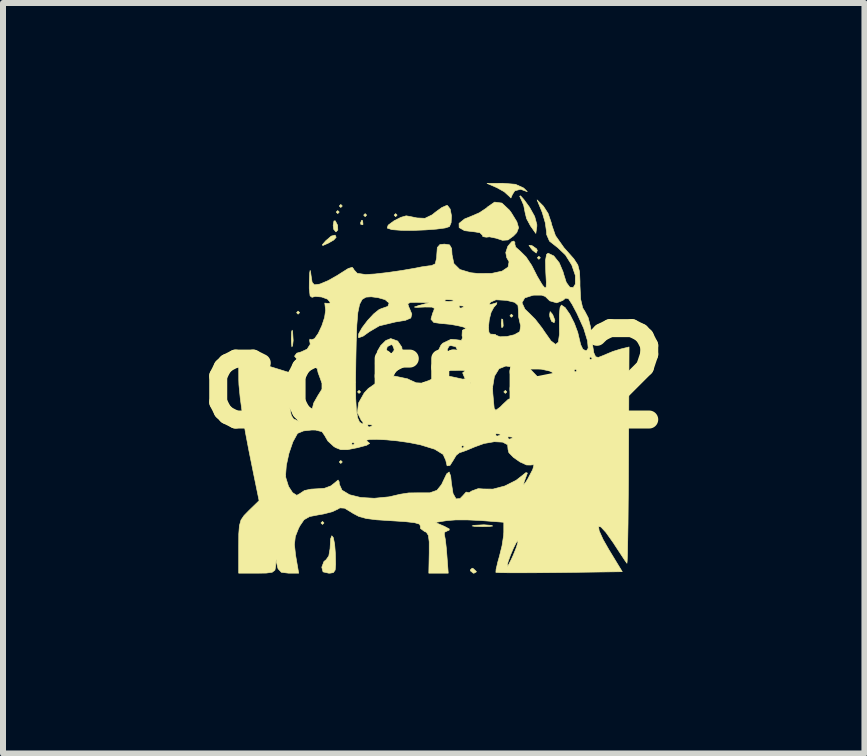
<source format=kicad_pcb>
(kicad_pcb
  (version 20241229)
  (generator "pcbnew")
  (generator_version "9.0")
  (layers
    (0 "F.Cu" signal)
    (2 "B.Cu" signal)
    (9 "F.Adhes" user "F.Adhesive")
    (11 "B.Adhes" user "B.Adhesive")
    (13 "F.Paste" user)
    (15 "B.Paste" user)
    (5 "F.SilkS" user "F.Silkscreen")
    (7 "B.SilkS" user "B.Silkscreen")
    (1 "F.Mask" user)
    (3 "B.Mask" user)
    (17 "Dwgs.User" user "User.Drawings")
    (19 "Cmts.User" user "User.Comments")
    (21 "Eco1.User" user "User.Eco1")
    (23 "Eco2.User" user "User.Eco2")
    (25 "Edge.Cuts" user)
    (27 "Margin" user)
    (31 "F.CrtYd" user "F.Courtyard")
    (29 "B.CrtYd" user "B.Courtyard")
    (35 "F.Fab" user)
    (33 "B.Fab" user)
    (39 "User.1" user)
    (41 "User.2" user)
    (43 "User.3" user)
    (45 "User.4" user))
  (footprint "corne2"
    (layer "F.Cu")
    (at 4.18 3.254)
    (property "Reference" "corne2" (at 0 0 0) (layer "F.SilkS") (effects (font (size 1.524 1.524) (thickness 0.3))))
    (attr through_hole)
    (fp_poly (pts (xy -2.286 -0.178) (xy -2.311 -0.152) (xy -2.337 -0.178) (xy -2.311 -0.203) (xy -2.286 -0.178)) (stroke (width 0.01) (type solid)) (fill yes) (layer "F.SilkS"))
    (fp_poly (pts (xy -2.235 -1.092) (xy -2.261 -1.067) (xy -2.286 -1.092) (xy -2.261 -1.118) (xy -2.235 -1.092)) (stroke (width 0.01) (type solid)) (fill yes) (layer "F.SilkS"))
    (fp_poly (pts (xy -1.829 2.413) (xy -1.854 2.438) (xy -1.88 2.413) (xy -1.854 2.388) (xy -1.829 2.413)) (stroke (width 0.01) (type solid)) (fill yes) (layer "F.SilkS"))
    (fp_poly (pts (xy -1.575 -2.769) (xy -1.6 -2.743) (xy -1.626 -2.769) (xy -1.6 -2.794) (xy -1.575 -2.769)) (stroke (width 0.01) (type solid)) (fill yes) (layer "F.SilkS"))
    (fp_poly (pts (xy -1.524 -2.87) (xy -1.549 -2.845) (xy -1.575 -2.87) (xy -1.549 -2.896) (xy -1.524 -2.87)) (stroke (width 0.01) (type solid)) (fill yes) (layer "F.SilkS"))
    (fp_poly (pts (xy -1.524 1.397) (xy -1.549 1.422) (xy -1.575 1.397) (xy -1.549 1.372) (xy -1.524 1.397)) (stroke (width 0.01) (type solid)) (fill yes) (layer "F.SilkS"))
    (fp_poly (pts (xy -1.219 0.229) (xy -1.245 0.254) (xy -1.27 0.229) (xy -1.245 0.203) (xy -1.219 0.229)) (stroke (width 0.01) (type solid)) (fill yes) (layer "F.SilkS"))
    (fp_poly (pts (xy -1.118 -2.718) (xy -1.143 -2.692) (xy -1.168 -2.718) (xy -1.143 -2.743) (xy -1.118 -2.718)) (stroke (width 0.01) (type solid)) (fill yes) (layer "F.SilkS"))
    (fp_poly (pts (xy -0.61 -2.718) (xy -0.635 -2.692) (xy -0.66 -2.718) (xy -0.635 -2.743) (xy -0.61 -2.718)) (stroke (width 0.01) (type solid)) (fill yes) (layer "F.SilkS"))
    (fp_poly (pts (xy 1.219 0.229) (xy 1.194 0.254) (xy 1.168 0.229) (xy 1.194 0.203) (xy 1.219 0.229)) (stroke (width 0.01) (type solid)) (fill yes) (layer "F.SilkS"))
    (fp_poly (pts (xy 1.321 -1.041) (xy 1.295 -1.016) (xy 1.27 -1.041) (xy 1.295 -1.067) (xy 1.321 -1.041)) (stroke (width 0.01) (type solid)) (fill yes) (layer "F.SilkS"))
    (fp_poly (pts (xy 1.778 -2.007) (xy 1.753 -1.981) (xy 1.727 -2.007) (xy 1.753 -2.032) (xy 1.778 -2.007)) (stroke (width 0.01) (type solid)) (fill yes) (layer "F.SilkS"))
    (fp_poly (pts (xy -1.185 -2.625) (xy -1.179 -2.564) (xy -1.185 -2.557) (xy -1.216 -2.564) (xy -1.219 -2.591) (xy -1.201 -2.633) (xy -1.185 -2.625)) (stroke (width 0.01) (type solid)) (fill yes) (layer "F.SilkS"))
    (fp_poly (pts (xy 1.151 -0.978) (xy 1.158 -0.874) (xy 1.151 -0.851) (xy 1.133 -0.845) (xy 1.126 -0.914) (xy 1.134 -0.987) (xy 1.151 -0.978)) (stroke (width 0.01) (type solid)) (fill yes) (layer "F.SilkS"))
    (fp_poly (pts (xy -1.602 -2.548) (xy -1.599 -2.47) (xy -1.63 -2.438) (xy -1.667 -2.481) (xy -1.676 -2.548) (xy -1.663 -2.621) (xy -1.641 -2.623) (xy -1.602 -2.548)) (stroke (width 0.01) (type solid)) (fill yes) (layer "F.SilkS"))
    (fp_poly (pts (xy -2.352 -0.775) (xy -2.343 -0.627) (xy -2.352 -0.546) (xy -2.364 -0.522) (xy -2.372 -0.586) (xy -2.374 -0.66) (xy -2.37 -0.77) (xy -2.36 -0.8) (xy -2.352 -0.775)) (stroke (width 0.01) (type solid)) (fill yes) (layer "F.SilkS"))
    (fp_poly (pts (xy -1.626 -2.349) (xy -1.667 -2.303) (xy -1.759 -2.25) (xy -1.849 -2.211) (xy -1.857 -2.224) (xy -1.802 -2.288) (xy -1.709 -2.368) (xy -1.644 -2.385) (xy -1.626 -2.349)) (stroke (width 0.01) (type solid)) (fill yes) (layer "F.SilkS"))
    (fp_poly (pts (xy 0.66 3.175) (xy 0.709 3.221) (xy 0.711 3.229) (xy 0.672 3.251) (xy 0.66 3.251) (xy 0.612 3.212) (xy 0.61 3.197) (xy 0.641 3.167) (xy 0.66 3.175)) (stroke (width 0.01) (type solid)) (fill yes) (layer "F.SilkS"))
    (fp_poly (pts (xy 0.953 2.453) (xy 0.984 2.464) (xy 0.926 2.472) (xy 0.813 2.474) (xy 0.687 2.471) (xy 0.64 2.463) (xy 0.673 2.453) (xy 0.837 2.444) (xy 0.953 2.453)) (stroke (width 0.01) (type solid)) (fill yes) (layer "F.SilkS"))
    (fp_poly (pts (xy 1.628 -2.212) (xy 1.644 -2.206) (xy 1.715 -2.156) (xy 1.727 -2.128) (xy 1.709 -2.086) (xy 1.652 -2.129) (xy 1.625 -2.16) (xy 1.588 -2.215) (xy 1.628 -2.212)) (stroke (width 0.01) (type solid)) (fill yes) (layer "F.SilkS"))
    (fp_poly (pts (xy 1.976 -1.069) (xy 1.987 -1.05) (xy 2.02 -0.965) (xy 2.007 -0.925) (xy 1.964 -0.948) (xy 1.935 -1.024) (xy 1.932 -1.063) (xy 1.941 -1.11) (xy 1.976 -1.069)) (stroke (width 0.01) (type solid)) (fill yes) (layer "F.SilkS"))
    (fp_poly (pts (xy 1.505 -2.975) (xy 1.597 -2.849) (xy 1.683 -2.695) (xy 1.719 -2.561) (xy 1.719 -2.531) (xy 1.702 -2.413) (xy 1.613 -2.539) (xy 1.548 -2.66) (xy 1.524 -2.758) (xy 1.5 -2.881) (xy 1.471 -2.95) (xy 1.433 -3.033) (xy 1.447 -3.04) (xy 1.505 -2.975)) (stroke (width 0.01) (type solid)) (fill yes) (layer "F.SilkS"))
    (fp_poly (pts (xy 1.362 -3.232) (xy 1.495 -3.172) (xy 1.507 -3.162) (xy 1.56 -3.11) (xy 1.553 -3.111) (xy 1.448 -3.149) (xy 1.351 -3.123) (xy 1.311 -3.061) (xy 1.287 -3.004) (xy 1.25 -3.04) (xy 1.176 -3.107) (xy 1.055 -3.175) (xy 1.048 -3.178) (xy 0.889 -3.247) (xy 1.15 -3.249) (xy 1.362 -3.232)) (stroke (width 0.01) (type solid)) (fill yes) (layer "F.SilkS"))
    (fp_poly (pts (xy -1.674 2.658) (xy -1.652 2.764) (xy -1.639 2.926) (xy -1.635 3.102) (xy -1.643 3.199) (xy -1.673 3.241) (xy -1.732 3.251) (xy -1.75 3.251) (xy -1.845 3.229) (xy -1.866 3.151) (xy -1.83 3.056) (xy -1.793 3.026) (xy -1.749 2.963) (xy -1.728 2.842) (xy -1.727 2.824) (xy -1.719 2.679) (xy -1.699 2.627) (xy -1.674 2.658)) (stroke (width 0.01) (type solid)) (fill yes) (layer "F.SilkS"))
    (fp_poly (pts (xy 1.136 -2.919) (xy 1.261 -2.802) (xy 1.294 -2.757) (xy 1.386 -2.607) (xy 1.415 -2.507) (xy 1.384 -2.427) (xy 1.329 -2.37) (xy 1.238 -2.304) (xy 1.147 -2.298) (xy 1.041 -2.333) (xy 0.93 -2.356) (xy 0.876 -2.35) (xy 0.819 -2.36) (xy 0.813 -2.382) (xy 0.769 -2.425) (xy 0.69 -2.438) (xy 0.514 -2.459) (xy 0.424 -2.51) (xy 0.422 -2.58) (xy 0.514 -2.654) (xy 0.609 -2.692) (xy 0.76 -2.757) (xy 0.878 -2.835) (xy 0.896 -2.853) (xy 1.015 -2.935) (xy 1.136 -2.919)) (stroke (width 0.01) (type solid)) (fill yes) (layer "F.SilkS"))
    (fp_poly (pts (xy 0.229 -2.879) (xy 0.274 -2.819) (xy 0.296 -2.707) (xy 0.29 -2.592) (xy 0.262 -2.527) (xy 0.191 -2.504) (xy 0.047 -2.485) (xy -0.14 -2.471) (xy -0.344 -2.463) (xy -0.534 -2.464) (xy -0.683 -2.475) (xy -0.699 -2.477) (xy -0.775 -2.502) (xy -0.761 -2.547) (xy -0.749 -2.559) (xy -0.66 -2.624) (xy -0.547 -2.681) (xy -0.461 -2.706) (xy -0.457 -2.706) (xy -0.394 -2.695) (xy -0.279 -2.671) (xy -0.277 -2.671) (xy -0.146 -2.665) (xy -0.026 -2.723) (xy 0.028 -2.767) (xy 0.136 -2.845) (xy 0.217 -2.88) (xy 0.229 -2.879)) (stroke (width 0.01) (type solid)) (fill yes) (layer "F.SilkS"))
    (fp_poly (pts (xy -0.601 -0.619) (xy -0.532 -0.517) (xy -0.515 -0.386) (xy -0.556 -0.258) (xy -0.635 -0.177) (xy -0.735 -0.139) (xy -0.851 -0.163) (xy -0.883 -0.176) (xy -0.975 -0.231) (xy -0.974 -0.274) (xy -0.971 -0.276) (xy -0.936 -0.338) (xy -0.943 -0.361) (xy -0.942 -0.442) (xy -0.932 -0.46) (xy -0.79 -0.46) (xy -0.778 -0.439) (xy -0.704 -0.408) (xy -0.662 -0.462) (xy -0.66 -0.483) (xy -0.686 -0.55) (xy -0.708 -0.559) (xy -0.775 -0.525) (xy -0.79 -0.46) (xy -0.932 -0.46) (xy -0.884 -0.543) (xy -0.798 -0.628) (xy -0.716 -0.66) (xy -0.601 -0.619)) (stroke (width 0.01) (type solid)) (fill yes) (layer "F.SilkS"))
    (fp_poly (pts (xy 1.828 -2.867) (xy 1.906 -2.747) (xy 1.96 -2.589) (xy 1.965 -2.562) (xy 2.029 -2.376) (xy 2.17 -2.176) (xy 2.217 -2.123) (xy 2.335 -1.99) (xy 2.402 -1.887) (xy 2.431 -1.774) (xy 2.438 -1.613) (xy 2.438 -1.543) (xy 2.449 -1.317) (xy 2.483 -1.172) (xy 2.521 -1.111) (xy 2.575 -1.007) (xy 2.615 -0.849) (xy 2.625 -0.777) (xy 2.647 -0.557) (xy 2.669 -0.422) (xy 2.699 -0.357) (xy 2.745 -0.346) (xy 2.816 -0.374) (xy 2.832 -0.381) (xy 2.988 -0.446) (xy 3.114 -0.485) (xy 3.256 -0.52) (xy 3.248 1.292) (xy 3.246 1.709) (xy 3.242 2.091) (xy 3.239 2.427) (xy 3.234 2.705) (xy 3.23 2.915) (xy 3.225 3.046) (xy 3.221 3.086) (xy 3.186 3.037) (xy 3.112 2.925) (xy 3.013 2.774) (xy 2.998 2.75) (xy 2.871 2.571) (xy 2.787 2.48) (xy 2.748 2.473) (xy 2.758 2.544) (xy 2.822 2.687) (xy 2.92 2.859) (xy 3.143 3.226) (xy 2.098 3.24) (xy 1.783 3.243) (xy 1.504 3.244) (xy 1.278 3.244) (xy 1.118 3.242) (xy 1.041 3.238) (xy 1.036 3.237) (xy 1.04 3.184) (xy 1.052 3.135) (xy 1.223 3.135) (xy 1.223 3.138) (xy 1.243 3.119) (xy 1.29 3.028) (xy 1.325 2.952) (xy 1.379 2.818) (xy 1.405 2.728) (xy 1.404 2.708) (xy 1.377 2.738) (xy 1.331 2.829) (xy 1.28 2.948) (xy 1.239 3.062) (xy 1.223 3.135) (xy 1.052 3.135) (xy 1.068 3.065) (xy 1.094 2.974) (xy 1.139 2.792) (xy 1.165 2.621) (xy 1.168 2.565) (xy 1.168 2.402) (xy 0.784 2.373) (xy 0.567 2.363) (xy 0.363 2.363) (xy 0.215 2.374) (xy 0.213 2.375) (xy 0.025 2.405) (xy 0.178 2.47) (xy 0.26 2.514) (xy 0.255 2.537) (xy 0.243 2.538) (xy 0.18 2.569) (xy 0.177 2.603) (xy 0.193 2.687) (xy 0.21 2.834) (xy 0.22 2.959) (xy 0.242 3.251) (xy -0.082 3.251) (xy -0.075 2.914) (xy -0.075 2.729) (xy -0.089 2.621) (xy -0.122 2.569) (xy -0.157 2.553) (xy -0.221 2.505) (xy -0.222 2.466) (xy -0.237 2.433) (xy -0.319 2.409) (xy -0.478 2.391) (xy -0.702 2.377) (xy -0.952 2.361) (xy -1.125 2.339) (xy -1.248 2.305) (xy -1.346 2.253) (xy -1.367 2.239) (xy -1.486 2.167) (xy -1.564 2.162) (xy -1.599 2.183) (xy -1.69 2.226) (xy -1.838 2.264) (xy -1.915 2.277) (xy -2.07 2.307) (xy -2.162 2.36) (xy -2.231 2.461) (xy -2.253 2.503) (xy -2.307 2.64) (xy -2.322 2.773) (xy -2.303 2.949) (xy -2.299 2.973) (xy -2.251 3.251) (xy -2.417 3.251) (xy -2.54 3.236) (xy -2.595 3.176) (xy -2.606 3.137) (xy -2.628 3.023) (xy -2.635 3.137) (xy -2.647 3.2) (xy -2.692 3.235) (xy -2.792 3.249) (xy -2.946 3.251) (xy -3.251 3.251) (xy -3.251 2.812) (xy -3.25 2.598) (xy -3.239 2.459) (xy -3.213 2.365) (xy -3.162 2.29) (xy -3.081 2.207) (xy -2.911 2.042) (xy -2.997 1.623) (xy -2.47 1.623) (xy -2.465 1.661) (xy -2.42 1.805) (xy -2.353 1.908) (xy -2.283 1.953) (xy -2.231 1.924) (xy -2.155 1.873) (xy -2.048 1.85) (xy -1.91 1.842) (xy -1.82 1.835) (xy -1.715 1.796) (xy -1.655 1.749) (xy -1.594 1.698) (xy -1.576 1.728) (xy -1.575 1.765) (xy -1.529 1.867) (xy -1.403 1.943) (xy -1.217 1.989) (xy -0.991 2.002) (xy -0.743 1.978) (xy -0.559 1.935) (xy -0.417 1.913) (xy -0.255 1.911) (xy -0.254 1.911) (xy -0.065 1.911) (xy 0.054 1.869) (xy 0.132 1.772) (xy 0.154 1.724) (xy 0.216 1.595) (xy 0.257 1.564) (xy 0.283 1.634) (xy 0.294 1.744) (xy 0.322 1.923) (xy 0.372 2.012) (xy 0.439 2.007) (xy 0.486 1.959) (xy 0.54 1.899) (xy 0.559 1.902) (xy 0.59 1.909) (xy 0.635 1.88) (xy 0.742 1.841) (xy 0.825 1.847) (xy 0.989 1.849) (xy 1.186 1.797) (xy 1.373 1.703) (xy 1.457 1.638) (xy 1.537 1.574) (xy 1.561 1.581) (xy 1.556 1.596) (xy 1.506 1.732) (xy 1.498 1.779) (xy 1.533 1.737) (xy 1.57 1.676) (xy 1.651 1.521) (xy 1.671 1.444) (xy 1.63 1.445) (xy 1.625 1.448) (xy 1.548 1.447) (xy 1.439 1.397) (xy 1.33 1.321) (xy 1.253 1.242) (xy 1.239 1.189) (xy 1.232 1.11) (xy 1.148 1.066) (xy 1.01 1.059) (xy 0.838 1.089) (xy 0.686 1.144) (xy 0.55 1.201) (xy 0.451 1.236) (xy 0.432 1.24) (xy 0.375 1.285) (xy 0.331 1.359) (xy 0.271 1.454) (xy 0.223 1.461) (xy 0.203 1.378) (xy 0.203 1.373) (xy 0.157 1.271) (xy 0.016 1.184) (xy -0.117 1.143) (xy 0.457 1.143) (xy 0.483 1.168) (xy 0.508 1.143) (xy 0.483 1.118) (xy 0.457 1.143) (xy -0.117 1.143) (xy -0.221 1.111) (xy -0.411 1.073) (xy -0.601 1.046) (xy -0.786 1.028) (xy -0.949 1.02) (xy -1.068 1.022) (xy -1.126 1.035) (xy -1.104 1.058) (xy -1.099 1.06) (xy -1.068 1.087) (xy -1.118 1.118) (xy -1.26 1.156) (xy -1.272 1.159) (xy -1.439 1.192) (xy -1.548 1.192) (xy -1.636 1.157) (xy -1.665 1.139) (xy -1.716 1.092) (xy -1.372 1.092) (xy -1.346 1.118) (xy -1.321 1.092) (xy -1.346 1.067) (xy -1.372 1.092) (xy -1.716 1.092) (xy -1.765 1.047) (xy -1.803 0.982) (xy 1.236 0.982) (xy 1.243 1.012) (xy 1.27 1.016) (xy 1.312 0.997) (xy 1.304 0.982) (xy 1.244 0.976) (xy 1.236 0.982) (xy -1.803 0.982) (xy -1.815 0.96) (xy -1.835 0.931) (xy 1.033 0.931) (xy 1.04 0.962) (xy 1.067 0.965) (xy 1.109 0.947) (xy 1.101 0.931) (xy 1.04 0.925) (xy 1.033 0.931) (xy -1.835 0.931) (xy -1.862 0.892) (xy -1.97 0.865) (xy -2.032 0.864) (xy -2.17 0.879) (xy -2.265 0.918) (xy -2.274 0.927) (xy -2.348 1.062) (xy -2.413 1.252) (xy -2.457 1.454) (xy -2.47 1.623) (xy -2.997 1.623) (xy -3.08 1.212) (xy -3.139 0.903) (xy -3.159 0.779) (xy -1.101 0.779) (xy -1.094 0.809) (xy -1.067 0.813) (xy -1.025 0.794) (xy -1.033 0.779) (xy -1.093 0.773) (xy -1.101 0.779) (xy -3.159 0.779) (xy -3.189 0.599) (xy -3.226 0.326) (xy -3.247 0.112) (xy -3.25 0.032) (xy -3.251 -0.318) (xy -3.086 -0.285) (xy -2.938 -0.251) (xy -2.751 -0.2) (xy -2.663 -0.173) (xy -2.405 -0.093) (xy -2.409 0.256) (xy -2.402 0.48) (xy -2.374 0.62) (xy -2.337 0.679) (xy -2.229 0.726) (xy -2.118 0.696) (xy -2.044 0.607) (xy -2.032 0.542) (xy -2.001 0.415) (xy -1.93 0.29) (xy -1.863 0.183) (xy -1.863 0.084) (xy -1.87 0.065) (xy -1.303 0.065) (xy -1.3 0.339) (xy -1.289 0.534) (xy -1.268 0.662) (xy -1.236 0.733) (xy -1.192 0.761) (xy -1.177 0.762) (xy -1.181 0.734) (xy -1.209 0.701) (xy -1.272 0.573) (xy -1.253 0.414) (xy -1.159 0.247) (xy -1.091 0.173) (xy -1.064 0.154) (xy 0.981 0.154) (xy 0.985 0.254) (xy 0.998 0.397) (xy 1.008 0.503) (xy 1.009 0.507) (xy 1.036 0.535) (xy 1.11 0.48) (xy 1.15 0.439) (xy 1.244 0.351) (xy 1.302 0.338) (xy 1.325 0.363) (xy 1.376 0.404) (xy 1.429 0.37) (xy 1.463 0.304) (xy 1.454 0.197) (xy 1.429 0.103) (xy 1.38 -0.023) (xy 1.33 -0.095) (xy 1.316 -0.102) (xy 1.287 -0.133) (xy 1.295 -0.152) (xy 1.607 -0.152) (xy 1.749 -0.003) (xy 1.85 0.089) (xy 1.922 0.113) (xy 1.987 0.086) (xy 2.063 0.024) (xy 2.083 -0.01) (xy 2.038 -0.068) (xy 1.93 -0.12) (xy 1.898 -0.127) (xy 2.337 -0.127) (xy 2.362 -0.102) (xy 2.388 -0.127) (xy 2.362 -0.152) (xy 2.337 -0.127) (xy 1.898 -0.127) (xy 1.793 -0.15) (xy 1.746 -0.152) (xy 1.607 -0.152) (xy 1.295 -0.152) (xy 1.278 -0.191) (xy 1.203 -0.203) (xy 1.089 -0.158) (xy 1.012 -0.032) (xy 0.981 0.154) (xy -1.064 0.154) (xy -0.873 0.02) (xy -0.653 -0.035) (xy -0.436 0.011) (xy -0.406 0.026) (xy -0.292 0.077) (xy -0.203 0.082) (xy -0.186 0.076) (xy 0.61 0.076) (xy 0.635 0.102) (xy 0.66 0.076) (xy 0.635 0.051) (xy 0.61 0.076) (xy -0.186 0.076) (xy -0.088 0.042) (xy -0.046 0.023) (xy 0.115 -0.032) (xy 0.264 -0.031) (xy 0.356 -0.012) (xy 0.482 0.016) (xy 0.526 0.011) (xy 0.508 -0.025) (xy 0.482 -0.089) (xy 0.519 -0.117) (xy 0.513 -0.128) (xy 0.427 -0.131) (xy 0.344 -0.128) (xy 0.21 -0.128) (xy 0.135 -0.142) (xy 0.129 -0.155) (xy 0.119 -0.215) (xy 0.102 -0.228) (xy 0.055 -0.309) (xy 0.056 -0.33) (xy 0.559 -0.33) (xy 0.584 -0.305) (xy 0.61 -0.33) (xy 2.591 -0.33) (xy 2.616 -0.305) (xy 2.642 -0.33) (xy 2.616 -0.356) (xy 2.591 -0.33) (xy 0.61 -0.33) (xy 0.584 -0.356) (xy 0.559 -0.33) (xy 0.056 -0.33) (xy 0.063 -0.43) (xy 0.083 -0.472) (xy 0.224 -0.472) (xy 0.231 -0.454) (xy 0.294 -0.413) (xy 0.37 -0.413) (xy 0.387 -0.432) (xy 0.559 -0.432) (xy 0.584 -0.406) (xy 0.61 -0.432) (xy 0.584 -0.457) (xy 0.559 -0.432) (xy 0.387 -0.432) (xy 0.406 -0.454) (xy 0.366 -0.525) (xy 0.283 -0.544) (xy 0.253 -0.533) (xy 0.224 -0.472) (xy 0.083 -0.472) (xy 0.12 -0.549) (xy 0.15 -0.582) (xy 0.288 -0.648) (xy 0.374 -0.641) (xy 0.462 -0.63) (xy 0.48 -0.674) (xy 0.472 -0.711) (xy 0.477 -0.798) (xy 0.515 -0.818) (xy 0.545 -0.83) (xy 0.499 -0.851) (xy 0.477 -0.857) (xy 0.913 -0.857) (xy 0.92 -0.764) (xy 0.95 -0.73) (xy 0.962 -0.734) (xy 1.027 -0.729) (xy 1.038 -0.716) (xy 1.105 -0.69) (xy 1.222 -0.695) (xy 1.344 -0.724) (xy 1.428 -0.771) (xy 1.435 -0.78) (xy 1.45 -0.874) (xy 1.439 -0.914) (xy 1.415 -1.022) (xy 1.412 -1.126) (xy 1.404 -1.215) (xy 1.358 -1.257) (xy 1.471 -1.257) (xy 1.52 -1.151) (xy 1.592 -1.082) (xy 1.692 -0.982) (xy 1.804 -0.838) (xy 1.847 -0.774) (xy 1.955 -0.621) (xy 2.031 -0.563) (xy 2.077 -0.6) (xy 2.096 -0.734) (xy 2.094 -0.889) (xy 2.094 -1.059) (xy 2.106 -1.177) (xy 2.128 -1.219) (xy 2.191 -1.176) (xy 2.268 -1.066) (xy 2.343 -0.918) (xy 2.401 -0.763) (xy 2.413 -0.711) (xy 2.45 -0.558) (xy 2.486 -0.482) (xy 2.534 -0.458) (xy 2.547 -0.457) (xy 2.575 -0.501) (xy 2.564 -0.62) (xy 2.564 -0.622) (xy 2.5 -0.832) (xy 2.387 -1.081) (xy 2.307 -1.232) (xy 2.247 -1.324) (xy 2.199 -1.335) (xy 2.152 -1.296) (xy 2.05 -1.256) (xy 1.934 -1.289) (xy 1.86 -1.362) (xy 1.798 -1.384) (xy 1.678 -1.384) (xy 1.654 -1.382) (xy 1.517 -1.338) (xy 1.471 -1.257) (xy 1.358 -1.257) (xy 1.351 -1.264) (xy 1.226 -1.294) (xy 1.212 -1.297) (xy 1.038 -1.307) (xy 0.948 -1.268) (xy 0.921 -1.225) (xy 0.975 -1.235) (xy 0.988 -1.239) (xy 1.054 -1.259) (xy 1.046 -1.231) (xy 1 -1.179) (xy 0.956 -1.096) (xy 0.926 -0.978) (xy 0.913 -0.857) (xy 0.477 -0.857) (xy 0.403 -0.875) (xy 0.281 -0.897) (xy 0.158 -0.909) (xy 0.14 -0.909) (xy 0.002 -0.928) (xy -0.046 -0.983) (xy -0.016 -1.088) (xy -0.005 -1.109) (xy 0.012 -1.163) (xy -0.029 -1.185) (xy -0.148 -1.186) (xy -0.17 -1.185) (xy -0.294 -1.18) (xy -0.323 -1.186) (xy -0.275 -1.202) (xy 0.423 -1.202) (xy 0.43 -1.172) (xy 0.457 -1.168) (xy 0.499 -1.187) (xy 0.491 -1.202) (xy 0.431 -1.208) (xy 0.423 -1.202) (xy -0.275 -1.202) (xy -0.266 -1.206) (xy -0.229 -1.216) (xy -0.076 -1.258) (xy -0.268 -1.264) (xy -0.39 -1.263) (xy -0.432 -1.239) (xy -0.413 -1.18) (xy -0.408 -1.172) (xy -0.365 -1.068) (xy -0.382 -1.003) (xy -0.473 -0.964) (xy -0.639 -0.937) (xy -0.908 -0.872) (xy -1.073 -0.775) (xy -1.176 -0.701) (xy -1.246 -0.676) (xy -1.256 -0.68) (xy -1.251 -0.739) (xy -1.193 -0.842) (xy -1.103 -0.961) (xy -1.002 -1.07) (xy -0.911 -1.143) (xy -0.873 -1.159) (xy -0.764 -1.197) (xy -0.744 -1.253) (xy -0.782 -1.285) (xy 0.184 -1.285) (xy 0.254 -1.278) (xy 0.326 -1.286) (xy 0.318 -1.304) (xy 0.213 -1.31) (xy 0.191 -1.304) (xy 0.184 -1.285) (xy -0.782 -1.285) (xy -0.81 -1.309) (xy -0.927 -1.342) (xy -1.042 -1.357) (xy -1.129 -1.351) (xy -1.193 -1.313) (xy -1.236 -1.231) (xy -1.265 -1.093) (xy -1.282 -0.886) (xy -1.292 -0.6) (xy -1.298 -0.299) (xy -1.303 0.065) (xy -1.87 0.065) (xy -1.887 0.017) (xy -1.928 -0.094) (xy -1.941 -0.158) (xy -1.981 -0.19) (xy -2.088 -0.233) (xy -2.139 -0.25) (xy -2.271 -0.307) (xy -2.32 -0.367) (xy -2.283 -0.417) (xy -2.212 -0.437) (xy -2.11 -0.484) (xy -2.058 -0.566) (xy -2.069 -0.628) (xy -2.064 -0.651) (xy -2.039 -0.64) (xy -1.987 -0.658) (xy -1.925 -0.746) (xy -1.865 -0.874) (xy -1.819 -1.013) (xy -1.802 -1.134) (xy -1.808 -1.182) (xy -1.816 -1.252) (xy -1.783 -1.248) (xy -1.733 -1.247) (xy -1.727 -1.266) (xy -1.77 -1.317) (xy -1.868 -1.353) (xy -1.975 -1.363) (xy -2.029 -1.348) (xy -2.061 -1.372) (xy -2.075 -1.496) (xy -2.074 -1.61) (xy -2.068 -1.753) (xy -2.06 -1.797) (xy -2.049 -1.744) (xy -2.046 -1.719) (xy -2.027 -1.598) (xy -1.989 -1.556) (xy -1.906 -1.567) (xy -1.889 -1.572) (xy -1.763 -1.625) (xy -1.608 -1.712) (xy -1.549 -1.75) (xy -1.425 -1.828) (xy -1.359 -1.848) (xy -1.332 -1.816) (xy -1.33 -1.807) (xy -1.275 -1.748) (xy -1.138 -1.728) (xy -1.127 -1.728) (xy -0.978 -1.737) (xy -0.768 -1.761) (xy -0.532 -1.795) (xy -0.307 -1.834) (xy -0.203 -1.855) (xy -0.083 -1.872) (xy -0.038 -1.876) (xy 0.025 -1.906) (xy 0.049 -2.006) (xy 0.051 -2.057) (xy 0.06 -2.178) (xy 0.103 -2.227) (xy 0.178 -2.235) (xy 0.264 -2.222) (xy 0.299 -2.161) (xy 0.305 -2.059) (xy 0.336 -1.91) (xy 0.435 -1.812) (xy 0.615 -1.758) (xy 0.737 -1.745) (xy 0.968 -1.747) (xy 1.139 -1.784) (xy 1.239 -1.851) (xy 1.256 -1.941) (xy 1.217 -2.009) (xy 1.201 -2.094) (xy 1.235 -2.198) (xy 1.299 -2.274) (xy 1.336 -2.286) (xy 1.356 -2.255) (xy 1.35 -2.241) (xy 1.366 -2.184) (xy 1.441 -2.118) (xy 1.539 -2.021) (xy 1.633 -1.88) (xy 1.651 -1.845) (xy 1.727 -1.695) (xy 1.802 -1.569) (xy 1.815 -1.549) (xy 1.854 -1.504) (xy 1.874 -1.516) (xy 1.877 -1.6) (xy 1.868 -1.765) (xy 1.863 -1.961) (xy 1.881 -2.063) (xy 1.907 -2.083) (xy 2.001 -2.038) (xy 2.092 -1.924) (xy 2.156 -1.772) (xy 2.165 -1.738) (xy 2.21 -1.596) (xy 2.268 -1.517) (xy 2.326 -1.511) (xy 2.36 -1.567) (xy 2.361 -1.712) (xy 2.301 -1.887) (xy 2.196 -2.054) (xy 2.064 -2.18) (xy 2.052 -2.188) (xy 1.93 -2.284) (xy 1.883 -2.392) (xy 1.88 -2.444) (xy 1.859 -2.593) (xy 1.81 -2.76) (xy 1.801 -2.783) (xy 1.723 -2.972) (xy 1.828 -2.867)) (stroke (width 0.01) (type solid)) (fill yes) (layer "F.SilkS")))
  (gr_rect
    (start -3 -3)
    (end 11.36 9.51)
    (stroke (width 0.1) (type default))
    (fill no)
    (layer "Edge.Cuts")))
</source>
